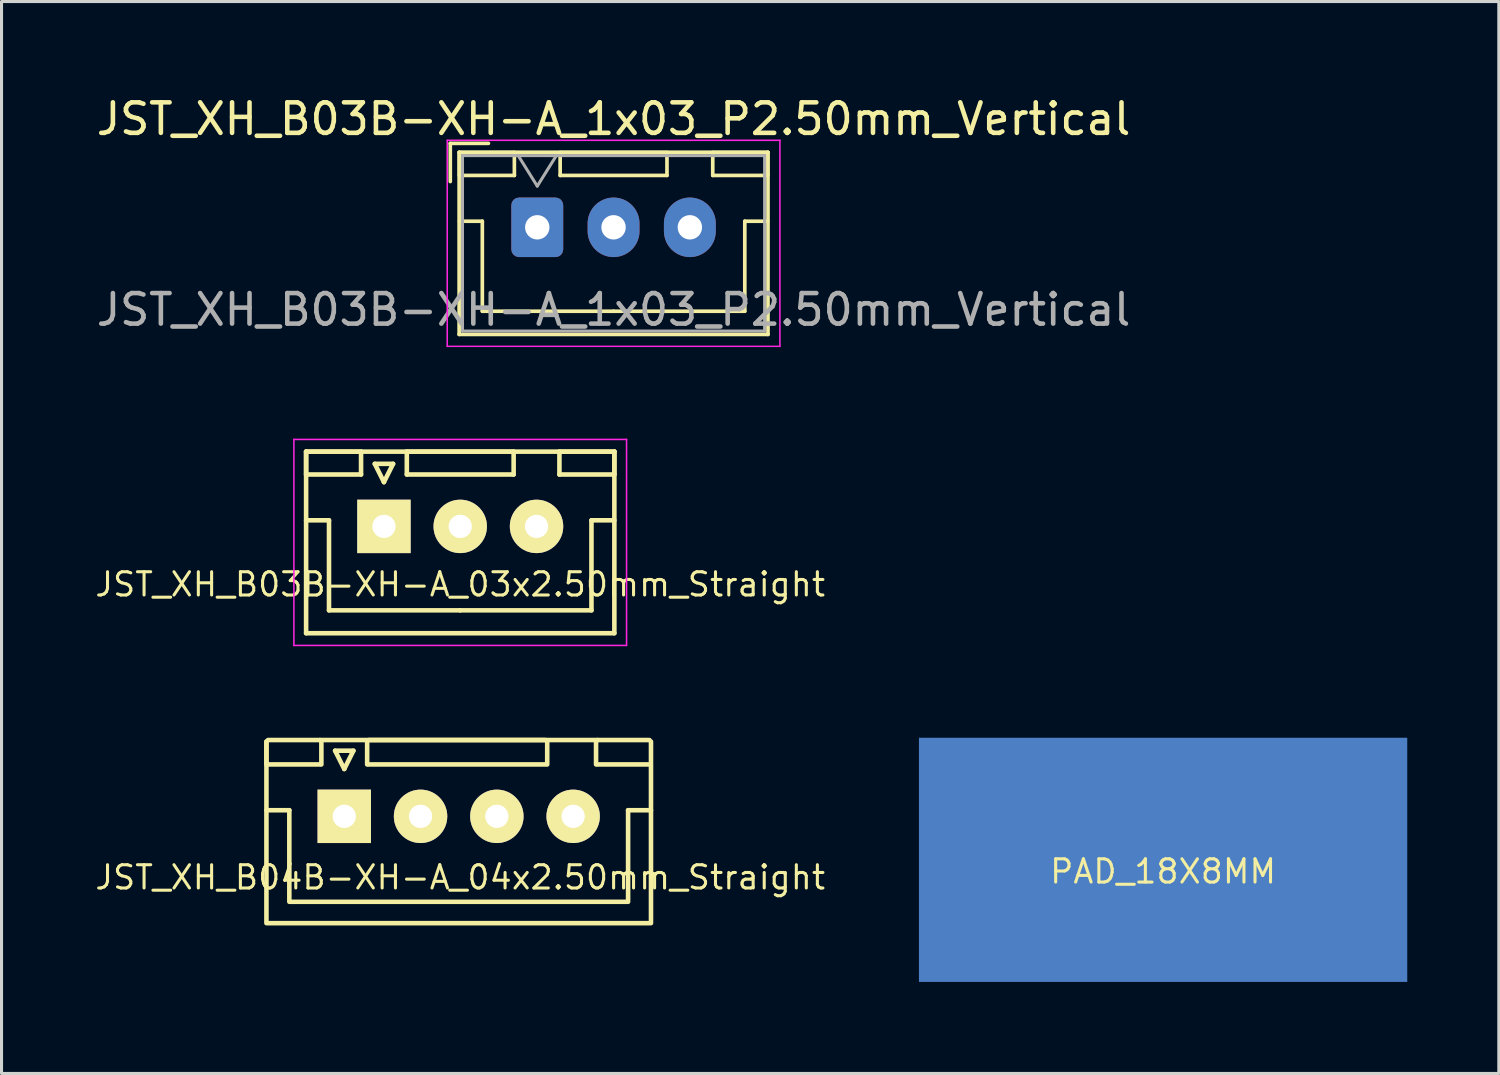
<source format=kicad_pcb>
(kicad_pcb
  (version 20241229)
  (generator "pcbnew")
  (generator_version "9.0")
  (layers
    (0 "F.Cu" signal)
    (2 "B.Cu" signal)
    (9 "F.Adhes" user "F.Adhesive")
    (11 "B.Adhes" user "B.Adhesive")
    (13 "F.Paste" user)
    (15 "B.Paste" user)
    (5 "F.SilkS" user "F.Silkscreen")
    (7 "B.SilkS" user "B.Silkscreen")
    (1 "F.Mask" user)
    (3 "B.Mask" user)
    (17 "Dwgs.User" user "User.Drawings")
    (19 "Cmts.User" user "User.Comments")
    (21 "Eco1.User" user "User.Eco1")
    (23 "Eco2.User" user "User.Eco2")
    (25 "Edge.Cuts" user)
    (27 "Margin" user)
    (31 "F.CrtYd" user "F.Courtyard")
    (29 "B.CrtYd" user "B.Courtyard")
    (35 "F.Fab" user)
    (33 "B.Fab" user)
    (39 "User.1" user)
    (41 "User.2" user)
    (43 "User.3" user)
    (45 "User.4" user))
  (footprint "JST_XH_B04B-XH-A_04x2.50mm_Straight"
    (layer "F.Cu")
    (at 8.23 23.698)
    (property "Reference" "JST_XH_B04B-XH-A_04x2.50mm_Straight" (at 3.8 2 0) (layer "F.SilkS") (effects (font (size 0.762 0.762) (thickness 0.1))))
    (attr through_hole)
    (fp_line (start -2.55 -2.45) (end -2.55 -1.7) (stroke (width 0.15) (type solid)) (layer "F.SilkS"))
    (fp_line (start -2.55 -2.45) (end -2.55 3.5) (stroke (width 0.15) (type solid)) (layer "F.SilkS"))
    (fp_line (start -2.55 -0.2) (end -1.8 -0.2) (stroke (width 0.15) (type solid)) (layer "F.SilkS"))
    (fp_line (start -2.5 -2.5) (end -0.8 -2.5) (stroke (width 0.15) (type solid)) (layer "F.SilkS"))
    (fp_line (start -2.5 -1.7) (end -0.8 -1.7) (stroke (width 0.15) (type solid)) (layer "F.SilkS"))
    (fp_line (start -2.5 3.5) (end 10 3.5) (stroke (width 0.15) (type solid)) (layer "F.SilkS"))
    (fp_line (start -1.8 -0.2) (end -1.8 2.75) (stroke (width 0.15) (type solid)) (layer "F.SilkS"))
    (fp_line (start -1.8 2.8) (end 9.3 2.8) (stroke (width 0.15) (type solid)) (layer "F.SilkS"))
    (fp_line (start -0.8 -2.5) (end 8.3 -2.5) (stroke (width 0.15) (type solid)) (layer "F.SilkS"))
    (fp_line (start -0.75 -1.7) (end -0.75 -2.45) (stroke (width 0.15) (type solid)) (layer "F.SilkS"))
    (fp_line (start -0.3 -2.15) (end 0.3 -2.15) (stroke (width 0.15) (type solid)) (layer "F.SilkS"))
    (fp_line (start 0 -1.55) (end -0.3 -2.15) (stroke (width 0.15) (type solid)) (layer "F.SilkS"))
    (fp_line (start 0.3 -2.15) (end 0 -1.55) (stroke (width 0.15) (type solid)) (layer "F.SilkS"))
    (fp_line (start 0.75 -2.45) (end 0.75 -1.7) (stroke (width 0.15) (type solid)) (layer "F.SilkS"))
    (fp_line (start 0.8 -2.5) (end 6.6 -2.5) (stroke (width 0.15) (type solid)) (layer "F.SilkS"))
    (fp_line (start 0.8 -1.7) (end 6.6 -1.7) (stroke (width 0.15) (type solid)) (layer "F.SilkS"))
    (fp_line (start 6.65 -1.7) (end 6.65 -2.45) (stroke (width 0.15) (type solid)) (layer "F.SilkS"))
    (fp_line (start 8.25 -2.45) (end 8.25 -1.7) (stroke (width 0.15) (type solid)) (layer "F.SilkS"))
    (fp_line (start 8.3 -2.5) (end 10 -2.5) (stroke (width 0.15) (type solid)) (layer "F.SilkS"))
    (fp_line (start 8.3 -1.7) (end 10 -1.7) (stroke (width 0.15) (type solid)) (layer "F.SilkS"))
    (fp_line (start 9.3 -0.2) (end 9.3 2.75) (stroke (width 0.15) (type solid)) (layer "F.SilkS"))
    (fp_line (start 10.05 -0.2) (end 9.3 -0.2) (stroke (width 0.15) (type solid)) (layer "F.SilkS"))
    (fp_line (start 10.05 3.5) (end 10.05 -2.45) (stroke (width 0.15) (type solid)) (layer "F.SilkS"))
    (pad "1" thru_hole rect (at 0 0) (size 1.75 1.75) (drill 0.762) (layers "*.Cu" "*.Mask" "F.SilkS"))
    (pad "2" thru_hole circle (at 2.5 0) (size 1.75 1.75) (drill 0.762) (layers "*.Cu" "*.Mask" "F.SilkS"))
    (pad "3" thru_hole circle (at 5 0) (size 1.75 1.75) (drill 0.762) (layers "*.Cu" "*.Mask" "F.SilkS"))
    (pad "4" thru_hole circle (at 7.5 0) (size 1.75 1.75) (drill 0.762) (layers "*.Cu" "*.Mask" "F.SilkS")))
  (footprint "JST_XH_B03B-XH-A_03x2.50mm_Straight"
    (layer "F.Cu")
    (at 9.53 14.198)
    (property "Reference" "JST_XH_B03B-XH-A_03x2.50mm_Straight" (at 2.5 1.9 0) (layer "F.SilkS") (effects (font (size 0.762 0.762) (thickness 0.1))))
    (attr through_hole)
    (fp_line (start -2.55 -2.45) (end -2.55 -1.7) (stroke (width 0.15) (type solid)) (layer "F.SilkS"))
    (fp_line (start -2.55 -2.45) (end -2.55 3.5) (stroke (width 0.15) (type solid)) (layer "F.SilkS"))
    (fp_line (start -2.55 -1.7) (end -0.75 -1.7) (stroke (width 0.15) (type solid)) (layer "F.SilkS"))
    (fp_line (start -2.55 -0.2) (end -1.8 -0.2) (stroke (width 0.15) (type solid)) (layer "F.SilkS"))
    (fp_line (start -2.55 3.5) (end 7.55 3.5) (stroke (width 0.15) (type solid)) (layer "F.SilkS"))
    (fp_line (start -1.8 -0.2) (end -1.8 2.75) (stroke (width 0.15) (type solid)) (layer "F.SilkS"))
    (fp_line (start -1.8 2.75) (end 2.5 2.75) (stroke (width 0.15) (type solid)) (layer "F.SilkS"))
    (fp_line (start -0.75 -2.45) (end -2.55 -2.45) (stroke (width 0.15) (type solid)) (layer "F.SilkS"))
    (fp_line (start -0.75 -1.7) (end -0.75 -2.45) (stroke (width 0.15) (type solid)) (layer "F.SilkS"))
    (fp_line (start -0.3 -2.05) (end 0.3 -2.05) (stroke (width 0.15) (type solid)) (layer "F.SilkS"))
    (fp_line (start 0 -1.45) (end -0.3 -2.05) (stroke (width 0.15) (type solid)) (layer "F.SilkS"))
    (fp_line (start 0.3 -2.05) (end 0 -1.45) (stroke (width 0.15) (type solid)) (layer "F.SilkS"))
    (fp_line (start 0.75 -2.45) (end 0.75 -1.7) (stroke (width 0.15) (type solid)) (layer "F.SilkS"))
    (fp_line (start 0.75 -1.7) (end 4.25 -1.7) (stroke (width 0.15) (type solid)) (layer "F.SilkS"))
    (fp_line (start 4.25 -2.45) (end 0.75 -2.45) (stroke (width 0.15) (type solid)) (layer "F.SilkS"))
    (fp_line (start 4.25 -1.7) (end 4.25 -2.45) (stroke (width 0.15) (type solid)) (layer "F.SilkS"))
    (fp_line (start 5.75 -2.45) (end 5.75 -1.7) (stroke (width 0.15) (type solid)) (layer "F.SilkS"))
    (fp_line (start 5.75 -1.7) (end 7.55 -1.7) (stroke (width 0.15) (type solid)) (layer "F.SilkS"))
    (fp_line (start 6.8 -0.2) (end 6.8 2.75) (stroke (width 0.15) (type solid)) (layer "F.SilkS"))
    (fp_line (start 6.8 2.75) (end 2.5 2.75) (stroke (width 0.15) (type solid)) (layer "F.SilkS"))
    (fp_line (start 7.55 -2.45) (end -2.55 -2.45) (stroke (width 0.15) (type solid)) (layer "F.SilkS"))
    (fp_line (start 7.55 -2.45) (end 5.75 -2.45) (stroke (width 0.15) (type solid)) (layer "F.SilkS"))
    (fp_line (start 7.55 -1.7) (end 7.55 -2.45) (stroke (width 0.15) (type solid)) (layer "F.SilkS"))
    (fp_line (start 7.55 -0.2) (end 6.8 -0.2) (stroke (width 0.15) (type solid)) (layer "F.SilkS"))
    (fp_line (start 7.55 3.5) (end 7.55 -2.45) (stroke (width 0.15) (type solid)) (layer "F.SilkS"))
    (fp_line (start -2.95 -2.85) (end -2.95 3.9) (stroke (width 0.05) (type solid)) (layer "F.CrtYd"))
    (fp_line (start -2.95 3.9) (end 7.95 3.9) (stroke (width 0.05) (type solid)) (layer "F.CrtYd"))
    (fp_line (start 7.95 -2.85) (end -2.95 -2.85) (stroke (width 0.05) (type solid)) (layer "F.CrtYd"))
    (fp_line (start 7.95 3.9) (end 7.95 -2.85) (stroke (width 0.05) (type solid)) (layer "F.CrtYd"))
    (pad "1" thru_hole rect (at 0 0) (size 1.75 1.75) (drill 0.762) (layers "*.Cu" "*.Mask" "F.SilkS"))
    (pad "2" thru_hole circle (at 2.5 0) (size 1.75 1.75) (drill 0.762) (layers "*.Cu" "*.Mask" "F.SilkS"))
    (pad "3" thru_hole circle (at 5 0) (size 1.75 1.75) (drill 0.762) (layers "*.Cu" "*.Mask" "F.SilkS")))
  (footprint "PAD_18X8MM"
    (layer "F.Cu")
    (at 35.06 25.123)
    (property "Reference" "PAD_18X8MM" (at 0 0.381 0) (layer "F.SilkS") (effects (font (size 0.762 0.762) (thickness 0.1))))
    (attr through_hole)
    (pad "1" smd rect (at 0 0) (size 16 8) (layers "B.Cu" "B.Mask" "B.Paste")))
  (footprint "JST_XH_B03B-XH-A_1x03_P2.50mm_Vertical"
    (layer "F.Cu")
    (at 14.554 4.398)
    (property "Reference" "JST_XH_B03B-XH-A_1x03_P2.50mm_Vertical" (at 2.5 -3.55 0) (layer "F.SilkS") (effects (font (size 1 1) (thickness 0.15))))
    (attr through_hole)
    (fp_line (start -2.85 -2.75) (end -2.85 -1.5) (stroke (width 0.12) (type solid)) (layer "F.SilkS"))
    (fp_line (start -2.56 -2.46) (end -2.56 3.51) (stroke (width 0.12) (type solid)) (layer "F.SilkS"))
    (fp_line (start -2.56 3.51) (end 7.56 3.51) (stroke (width 0.12) (type solid)) (layer "F.SilkS"))
    (fp_line (start -2.55 -2.45) (end -2.55 -1.7) (stroke (width 0.12) (type solid)) (layer "F.SilkS"))
    (fp_line (start -2.55 -1.7) (end -0.75 -1.7) (stroke (width 0.12) (type solid)) (layer "F.SilkS"))
    (fp_line (start -2.55 -0.2) (end -1.8 -0.2) (stroke (width 0.12) (type solid)) (layer "F.SilkS"))
    (fp_line (start -1.8 -0.2) (end -1.8 2.75) (stroke (width 0.12) (type solid)) (layer "F.SilkS"))
    (fp_line (start -1.8 2.75) (end 2.5 2.75) (stroke (width 0.12) (type solid)) (layer "F.SilkS"))
    (fp_line (start -1.6 -2.75) (end -2.85 -2.75) (stroke (width 0.12) (type solid)) (layer "F.SilkS"))
    (fp_line (start -0.75 -2.45) (end -2.55 -2.45) (stroke (width 0.12) (type solid)) (layer "F.SilkS"))
    (fp_line (start -0.75 -1.7) (end -0.75 -2.45) (stroke (width 0.12) (type solid)) (layer "F.SilkS"))
    (fp_line (start 0.75 -2.45) (end 0.75 -1.7) (stroke (width 0.12) (type solid)) (layer "F.SilkS"))
    (fp_line (start 0.75 -1.7) (end 4.25 -1.7) (stroke (width 0.12) (type solid)) (layer "F.SilkS"))
    (fp_line (start 4.25 -2.45) (end 0.75 -2.45) (stroke (width 0.12) (type solid)) (layer "F.SilkS"))
    (fp_line (start 4.25 -1.7) (end 4.25 -2.45) (stroke (width 0.12) (type solid)) (layer "F.SilkS"))
    (fp_line (start 5.75 -2.45) (end 5.75 -1.7) (stroke (width 0.12) (type solid)) (layer "F.SilkS"))
    (fp_line (start 5.75 -1.7) (end 7.55 -1.7) (stroke (width 0.12) (type solid)) (layer "F.SilkS"))
    (fp_line (start 6.8 -0.2) (end 6.8 2.75) (stroke (width 0.12) (type solid)) (layer "F.SilkS"))
    (fp_line (start 6.8 2.75) (end 2.5 2.75) (stroke (width 0.12) (type solid)) (layer "F.SilkS"))
    (fp_line (start 7.55 -2.45) (end 5.75 -2.45) (stroke (width 0.12) (type solid)) (layer "F.SilkS"))
    (fp_line (start 7.55 -1.7) (end 7.55 -2.45) (stroke (width 0.12) (type solid)) (layer "F.SilkS"))
    (fp_line (start 7.55 -0.2) (end 6.8 -0.2) (stroke (width 0.12) (type solid)) (layer "F.SilkS"))
    (fp_line (start 7.56 -2.46) (end -2.56 -2.46) (stroke (width 0.12) (type solid)) (layer "F.SilkS"))
    (fp_line (start 7.56 3.51) (end 7.56 -2.46) (stroke (width 0.12) (type solid)) (layer "F.SilkS"))
    (fp_line (start -2.95 -2.85) (end -2.95 3.9) (stroke (width 0.05) (type solid)) (layer "F.CrtYd"))
    (fp_line (start -2.95 3.9) (end 7.95 3.9) (stroke (width 0.05) (type solid)) (layer "F.CrtYd"))
    (fp_line (start 7.95 -2.85) (end -2.95 -2.85) (stroke (width 0.05) (type solid)) (layer "F.CrtYd"))
    (fp_line (start 7.95 3.9) (end 7.95 -2.85) (stroke (width 0.05) (type solid)) (layer "F.CrtYd"))
    (fp_line (start -2.45 -2.35) (end -2.45 3.4) (stroke (width 0.1) (type solid)) (layer "F.Fab"))
    (fp_line (start -2.45 3.4) (end 7.45 3.4) (stroke (width 0.1) (type solid)) (layer "F.Fab"))
    (fp_line (start -0.625 -2.35) (end 0 -1.35) (stroke (width 0.1) (type solid)) (layer "F.Fab"))
    (fp_line (start 0 -1.35) (end 0.625 -2.35) (stroke (width 0.1) (type solid)) (layer "F.Fab"))
    (fp_line (start 7.45 -2.35) (end -2.45 -2.35) (stroke (width 0.1) (type solid)) (layer "F.Fab"))
    (fp_line (start 7.45 3.4) (end 7.45 -2.35) (stroke (width 0.1) (type solid)) (layer "F.Fab"))
    (fp_text user "${REFERENCE}" (at 2.5 2.7 0) (layer "F.Fab") (effects (font (size 1 1) (thickness 0.15))))
    (pad "1" thru_hole roundrect (at 0 0) (size 1.7 1.95) (drill 0.8) (layers "*.Cu" "*.Mask") (roundrect_rratio 0.147))
    (pad "2" thru_hole oval (at 2.5 0) (size 1.7 1.95) (drill 0.8) (layers "*.Cu" "*.Mask"))
    (pad "3" thru_hole oval (at 5 0) (size 1.7 1.95) (drill 0.8) (layers "*.Cu" "*.Mask")))
  (gr_rect
    (start -3 -3)
    (end 46.06 32.123)
    (stroke (width 0.1) (type default))
    (fill no)
    (layer "Edge.Cuts")))
</source>
